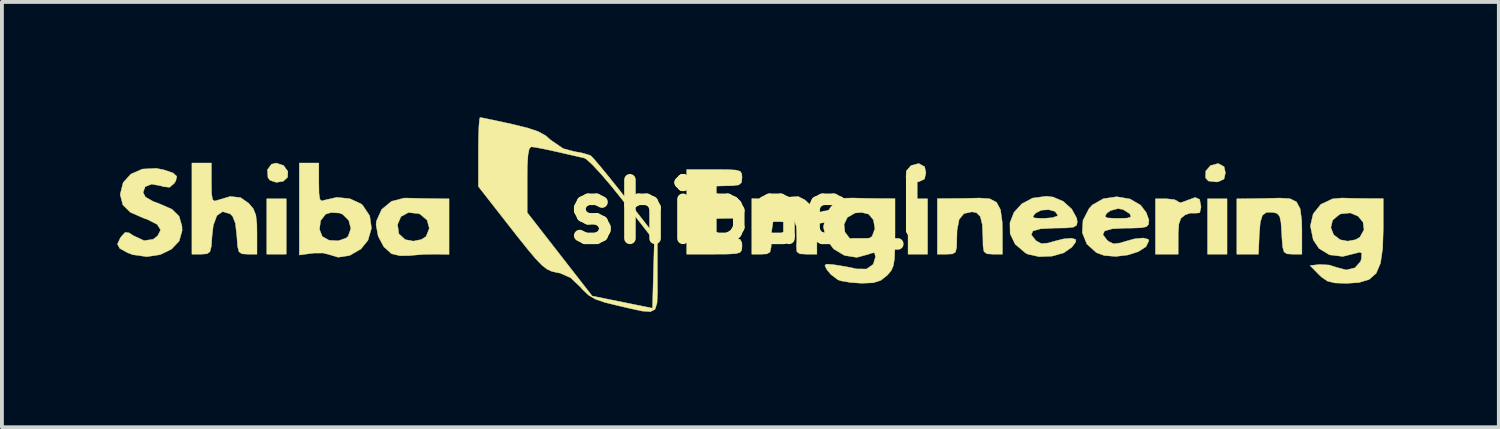
<source format=kicad_pcb>
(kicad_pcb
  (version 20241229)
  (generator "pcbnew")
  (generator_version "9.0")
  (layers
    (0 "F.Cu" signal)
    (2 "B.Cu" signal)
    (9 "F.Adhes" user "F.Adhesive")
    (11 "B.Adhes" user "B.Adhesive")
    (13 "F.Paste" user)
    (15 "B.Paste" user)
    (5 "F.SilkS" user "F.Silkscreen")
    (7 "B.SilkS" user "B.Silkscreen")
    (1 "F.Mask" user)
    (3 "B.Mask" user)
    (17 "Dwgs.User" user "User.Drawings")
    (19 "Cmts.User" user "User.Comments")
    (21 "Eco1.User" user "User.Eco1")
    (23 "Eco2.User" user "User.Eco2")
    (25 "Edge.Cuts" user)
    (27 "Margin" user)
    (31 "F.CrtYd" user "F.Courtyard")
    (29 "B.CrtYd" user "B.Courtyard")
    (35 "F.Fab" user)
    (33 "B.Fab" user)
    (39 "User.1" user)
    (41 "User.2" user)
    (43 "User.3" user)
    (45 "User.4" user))
  (footprint "shibae_l"
    (layer "F.Cu")
    (at 16.419 2.46)
    (property "Reference" "shibae_l" (at 0 0 0) (layer "F.SilkS") (effects (font (size 1.524 1.524) (thickness 0.3))))
    (attr through_hole)
    (fp_poly (pts (xy -12.023 1.101) (xy -12.531 1.101) (xy -12.531 -0.339) (xy -12.023 -0.339) (xy -12.023 1.101)) (stroke (width 0.01) (type solid)) (fill yes) (layer "F.SilkS"))
    (fp_poly (pts (xy 4.657 1.101) (xy 4.149 1.101) (xy 4.149 -0.339) (xy 4.657 -0.339) (xy 4.657 1.101)) (stroke (width 0.01) (type solid)) (fill yes) (layer "F.SilkS"))
    (fp_poly (pts (xy 12.446 1.101) (xy 11.938 1.101) (xy 11.938 -0.339) (xy 12.446 -0.339) (xy 12.446 1.101)) (stroke (width 0.01) (type solid)) (fill yes) (layer "F.SilkS"))
    (fp_poly (pts (xy -12.094 -1.207) (xy -11.983 -1.054) (xy -11.988 -0.9) (xy -12.103 -0.794) (xy -12.283 -0.767) (xy -12.446 -0.82) (xy -12.5 -0.889) (xy -12.514 -1.093) (xy -12.411 -1.237) (xy -12.29 -1.27) (xy -12.094 -1.207)) (stroke (width 0.01) (type solid)) (fill yes) (layer "F.SilkS"))
    (fp_poly (pts (xy 4.438 -1.253) (xy 4.58 -1.174) (xy 4.614 -1.016) (xy 4.577 -0.853) (xy 4.434 -0.785) (xy 4.381 -0.777) (xy 4.171 -0.802) (xy 4.096 -0.884) (xy 4.103 -1.063) (xy 4.227 -1.205) (xy 4.417 -1.255) (xy 4.438 -1.253)) (stroke (width 0.01) (type solid)) (fill yes) (layer "F.SilkS"))
    (fp_poly (pts (xy 12.227 -1.253) (xy 12.369 -1.174) (xy 12.404 -1.016) (xy 12.367 -0.853) (xy 12.223 -0.785) (xy 12.17 -0.777) (xy 11.96 -0.802) (xy 11.886 -0.884) (xy 11.893 -1.063) (xy 12.017 -1.205) (xy 12.207 -1.255) (xy 12.227 -1.253)) (stroke (width 0.01) (type solid)) (fill yes) (layer "F.SilkS"))
    (fp_poly (pts (xy 11.733 -0.324) (xy 11.769 -0.133) (xy 11.769 -0.125) (xy 11.736 0.024) (xy 11.648 0.033) (xy 11.483 0.034) (xy 11.352 0.081) (xy 11.246 0.168) (xy 11.193 0.316) (xy 11.176 0.574) (xy 11.176 0.638) (xy 11.176 1.101) (xy 10.583 1.101) (xy 10.583 -0.339) (xy 10.88 -0.339) (xy 11.076 -0.319) (xy 11.173 -0.269) (xy 11.176 -0.259) (xy 11.24 -0.237) (xy 11.393 -0.292) (xy 11.403 -0.297) (xy 11.618 -0.375) (xy 11.733 -0.324)) (stroke (width 0.01) (type solid)) (fill yes) (layer "F.SilkS"))
    (fp_poly (pts (xy 14.081 -0.344) (xy 14.252 -0.26) (xy 14.348 -0.08) (xy 14.388 0.223) (xy 14.393 0.476) (xy 14.393 1.101) (xy 14.143 1.101) (xy 14.007 1.093) (xy 13.93 1.045) (xy 13.892 0.917) (xy 13.873 0.67) (xy 13.868 0.572) (xy 13.849 0.28) (xy 13.814 0.117) (xy 13.747 0.041) (xy 13.643 0.014) (xy 13.471 0.013) (xy 13.366 0.089) (xy 13.31 0.273) (xy 13.284 0.594) (xy 13.283 0.614) (xy 13.264 1.101) (xy 12.7 1.101) (xy 12.7 -0.339) (xy 13.102 -0.344) (xy 13.426 -0.349) (xy 13.741 -0.357) (xy 13.816 -0.359) (xy 14.081 -0.344)) (stroke (width 0.01) (type solid)) (fill yes) (layer "F.SilkS"))
    (fp_poly (pts (xy 6.272 -0.341) (xy 6.451 -0.248) (xy 6.554 -0.054) (xy 6.598 0.266) (xy 6.604 0.524) (xy 6.604 1.101) (xy 6.35 1.101) (xy 6.199 1.091) (xy 6.124 1.033) (xy 6.099 0.883) (xy 6.096 0.684) (xy 6.081 0.333) (xy 6.028 0.121) (xy 5.926 0.02) (xy 5.808 0) (xy 5.601 0.046) (xy 5.478 0.198) (xy 5.424 0.48) (xy 5.419 0.652) (xy 5.414 0.912) (xy 5.384 1.045) (xy 5.304 1.094) (xy 5.165 1.101) (xy 4.911 1.101) (xy 4.911 -0.345) (xy 5.271 -0.347) (xy 5.605 -0.35) (xy 5.956 -0.358) (xy 6 -0.36) (xy 6.272 -0.341)) (stroke (width 0.01) (type solid)) (fill yes) (layer "F.SilkS"))
    (fp_poly (pts (xy 1.469 -0.309) (xy 1.561 -0.224) (xy 1.682 -0.081) (xy 1.748 0.081) (xy 1.774 0.316) (xy 1.778 0.546) (xy 1.778 1.101) (xy 1.502 1.101) (xy 1.332 1.092) (xy 1.257 1.036) (xy 1.245 0.887) (xy 1.256 0.729) (xy 1.245 0.383) (xy 1.158 0.133) (xy 1.008 0.009) (xy 0.945 0) (xy 0.754 0.055) (xy 0.641 0.23) (xy 0.595 0.544) (xy 0.593 0.652) (xy 0.588 0.912) (xy 0.558 1.045) (xy 0.478 1.094) (xy 0.339 1.101) (xy 0.085 1.101) (xy 0.085 -0.345) (xy 0.445 -0.337) (xy 0.748 -0.346) (xy 1.033 -0.377) (xy 1.074 -0.385) (xy 1.293 -0.399) (xy 1.469 -0.309)) (stroke (width 0.01) (type solid)) (fill yes) (layer "F.SilkS"))
    (fp_poly (pts (xy -13.97 -0.753) (xy -13.965 -0.47) (xy -13.942 -0.324) (xy -13.891 -0.281) (xy -13.822 -0.299) (xy -13.48 -0.401) (xy -13.211 -0.37) (xy -13.001 -0.224) (xy -12.881 -0.081) (xy -12.815 0.081) (xy -12.788 0.316) (xy -12.785 0.546) (xy -12.785 1.101) (xy -13.034 1.101) (xy -13.176 1.092) (xy -13.254 1.038) (xy -13.29 0.898) (xy -13.309 0.631) (xy -13.31 0.623) (xy -13.346 0.299) (xy -13.421 0.111) (xy -13.483 0.052) (xy -13.68 -0.005) (xy -13.827 0.096) (xy -13.921 0.349) (xy -13.953 0.623) (xy -13.972 0.893) (xy -14.008 1.036) (xy -14.084 1.091) (xy -14.224 1.101) (xy -14.228 1.101) (xy -14.478 1.101) (xy -14.478 -1.27) (xy -13.97 -1.27) (xy -13.97 -0.753)) (stroke (width 0.01) (type solid)) (fill yes) (layer "F.SilkS"))
    (fp_poly (pts (xy -8.619 -0.352) (xy -8.283 -0.345) (xy -8.191 -0.344) (xy -7.789 -0.339) (xy -7.789 1.107) (xy -8.149 1.101) (xy -8.463 1.107) (xy -8.765 1.132) (xy -8.805 1.138) (xy -9.063 1.142) (xy -9.28 1.091) (xy -9.288 1.088) (xy -9.488 0.907) (xy -9.633 0.633) (xy -9.688 0.339) (xy -9.687 0.331) (xy -9.129 0.331) (xy -9.095 0.57) (xy -8.929 0.722) (xy -8.721 0.762) (xy -8.511 0.72) (xy -8.386 0.64) (xy -8.303 0.428) (xy -8.36 0.216) (xy -8.54 0.062) (xy -8.577 0.047) (xy -8.846 0.017) (xy -9.041 0.124) (xy -9.129 0.331) (xy -9.687 0.331) (xy -9.679 0.24) (xy -9.541 -0.064) (xy -9.287 -0.274) (xy -8.958 -0.359) (xy -8.911 -0.359) (xy -8.619 -0.352)) (stroke (width 0.01) (type solid)) (fill yes) (layer "F.SilkS"))
    (fp_poly (pts (xy -11.176 -0.753) (xy -11.171 -0.471) (xy -11.149 -0.325) (xy -11.099 -0.283) (xy -11.028 -0.305) (xy -10.71 -0.377) (xy -10.369 -0.342) (xy -10.08 -0.209) (xy -10.036 -0.172) (xy -9.852 0.105) (xy -9.807 0.426) (xy -9.899 0.741) (xy -10.082 0.966) (xy -10.374 1.135) (xy -10.676 1.181) (xy -10.912 1.109) (xy -11.067 1.071) (xy -11.303 1.073) (xy -11.356 1.079) (xy -11.684 1.123) (xy -11.684 0.455) (xy -11.16 0.455) (xy -11.087 0.64) (xy -10.911 0.739) (xy -10.675 0.753) (xy -10.466 0.682) (xy -10.415 0.636) (xy -10.343 0.436) (xy -10.397 0.224) (xy -10.554 0.065) (xy -10.64 0.031) (xy -10.857 0.018) (xy -10.999 0.06) (xy -11.13 0.229) (xy -11.16 0.455) (xy -11.684 0.455) (xy -11.684 -1.27) (xy -11.176 -1.27) (xy -11.176 -0.753)) (stroke (width 0.01) (type solid)) (fill yes) (layer "F.SilkS"))
    (fp_poly (pts (xy -0.541 -1.099) (xy -0.328 -1.086) (xy -0.217 -1.054) (xy -0.176 -0.991) (xy -0.169 -0.889) (xy -0.183 -0.763) (xy -0.253 -0.701) (xy -0.423 -0.679) (xy -0.593 -0.677) (xy -0.844 -0.67) (xy -0.969 -0.635) (xy -1.012 -0.551) (xy -1.016 -0.47) (xy -0.998 -0.344) (xy -0.917 -0.277) (xy -0.726 -0.246) (xy -0.614 -0.237) (xy -0.364 -0.21) (xy -0.238 -0.153) (xy -0.188 -0.044) (xy -0.185 -0.021) (xy -0.183 0.091) (xy -0.247 0.148) (xy -0.417 0.167) (xy -0.587 0.169) (xy -0.84 0.175) (xy -0.966 0.208) (xy -1.011 0.294) (xy -1.016 0.423) (xy -1.007 0.574) (xy -0.95 0.649) (xy -0.802 0.674) (xy -0.593 0.677) (xy -0.341 0.684) (xy -0.216 0.719) (xy -0.173 0.804) (xy -0.169 0.889) (xy -0.176 0.991) (xy -0.218 1.054) (xy -0.329 1.087) (xy -0.543 1.099) (xy -0.889 1.101) (xy -1.609 1.101) (xy -1.609 -1.101) (xy -0.889 -1.101) (xy -0.541 -1.099)) (stroke (width 0.01) (type solid)) (fill yes) (layer "F.SilkS"))
    (fp_poly (pts (xy -15.217 -1.095) (xy -14.97 -1.012) (xy -14.87 -0.923) (xy -14.897 -0.804) (xy -14.941 -0.738) (xy -15.058 -0.639) (xy -15.221 -0.655) (xy -15.271 -0.673) (xy -15.523 -0.721) (xy -15.692 -0.656) (xy -15.748 -0.506) (xy -15.686 -0.385) (xy -15.488 -0.272) (xy -15.324 -0.211) (xy -14.997 -0.068) (xy -14.811 0.114) (xy -14.737 0.37) (xy -14.732 0.488) (xy -14.808 0.759) (xy -15.01 0.972) (xy -15.303 1.113) (xy -15.647 1.166) (xy -16.008 1.117) (xy -16.15 1.064) (xy -16.355 0.951) (xy -16.414 0.839) (xy -16.343 0.684) (xy -16.311 0.638) (xy -16.216 0.535) (xy -16.118 0.543) (xy -15.996 0.621) (xy -15.721 0.749) (xy -15.487 0.714) (xy -15.37 0.626) (xy -15.291 0.471) (xy -15.379 0.328) (xy -15.635 0.197) (xy -15.734 0.163) (xy -16.077 0.013) (xy -16.273 -0.18) (xy -16.34 -0.436) (xy -16.341 -0.464) (xy -16.266 -0.761) (xy -16.064 -0.983) (xy -15.767 -1.113) (xy -15.408 -1.132) (xy -15.217 -1.095)) (stroke (width 0.01) (type solid)) (fill yes) (layer "F.SilkS"))
    (fp_poly (pts (xy 7.918 -0.386) (xy 8.183 -0.274) (xy 8.406 -0.073) (xy 8.536 0.164) (xy 8.551 0.265) (xy 8.532 0.349) (xy 8.451 0.397) (xy 8.272 0.418) (xy 7.959 0.423) (xy 7.959 0.423) (xy 7.597 0.441) (xy 7.397 0.497) (xy 7.354 0.595) (xy 7.464 0.737) (xy 7.496 0.764) (xy 7.619 0.826) (xy 7.792 0.811) (xy 7.947 0.766) (xy 8.193 0.704) (xy 8.392 0.686) (xy 8.42 0.69) (xy 8.516 0.722) (xy 8.506 0.791) (xy 8.408 0.921) (xy 8.196 1.068) (xy 7.891 1.153) (xy 7.558 1.166) (xy 7.265 1.101) (xy 7.206 1.072) (xy 6.935 0.842) (xy 6.804 0.569) (xy 6.799 0.284) (xy 6.864 0.117) (xy 7.396 0.117) (xy 7.43 0.158) (xy 7.597 0.169) (xy 7.687 0.169) (xy 7.905 0.152) (xy 8.031 0.108) (xy 8.043 0.086) (xy 7.973 -0.011) (xy 7.808 -0.056) (xy 7.616 -0.043) (xy 7.468 0.031) (xy 7.396 0.117) (xy 6.864 0.117) (xy 6.904 0.015) (xy 7.106 -0.209) (xy 7.391 -0.359) (xy 7.744 -0.406) (xy 7.918 -0.386)) (stroke (width 0.01) (type solid)) (fill yes) (layer "F.SilkS"))
    (fp_poly (pts (xy 9.921 -0.335) (xy 10.196 -0.176) (xy 10.345 0.019) (xy 10.414 0.213) (xy 10.414 0.226) (xy 10.403 0.329) (xy 10.347 0.388) (xy 10.207 0.415) (xy 9.949 0.423) (xy 9.821 0.423) (xy 9.46 0.441) (xy 9.26 0.497) (xy 9.217 0.594) (xy 9.326 0.736) (xy 9.361 0.767) (xy 9.497 0.832) (xy 9.681 0.807) (xy 9.769 0.777) (xy 10.039 0.702) (xy 10.263 0.68) (xy 10.396 0.713) (xy 10.414 0.749) (xy 10.337 0.907) (xy 10.138 1.035) (xy 9.861 1.123) (xy 9.551 1.16) (xy 9.253 1.136) (xy 9.05 1.063) (xy 8.799 0.837) (xy 8.681 0.542) (xy 8.699 0.221) (xy 8.752 0.119) (xy 9.271 0.119) (xy 9.331 0.157) (xy 9.522 0.169) (xy 9.61 0.169) (xy 9.846 0.163) (xy 9.942 0.134) (xy 9.928 0.07) (xy 9.906 0.042) (xy 9.74 -0.061) (xy 9.61 -0.085) (xy 9.41 -0.031) (xy 9.313 0.042) (xy 9.271 0.119) (xy 8.752 0.119) (xy 8.856 -0.085) (xy 8.946 -0.182) (xy 9.228 -0.342) (xy 9.575 -0.393) (xy 9.921 -0.335)) (stroke (width 0.01) (type solid)) (fill yes) (layer "F.SilkS"))
    (fp_poly (pts (xy 15.77 -0.351) (xy 16.117 -0.347) (xy 16.15 -0.347) (xy 16.51 -0.345) (xy 16.51 0.414) (xy 16.494 0.947) (xy 16.437 1.335) (xy 16.325 1.598) (xy 16.142 1.759) (xy 15.876 1.839) (xy 15.554 1.86) (xy 15.255 1.85) (xy 15.059 1.803) (xy 14.904 1.697) (xy 14.834 1.63) (xy 14.605 1.397) (xy 14.852 1.369) (xy 15.104 1.383) (xy 15.29 1.443) (xy 15.545 1.511) (xy 15.772 1.456) (xy 15.918 1.294) (xy 15.939 1.224) (xy 15.95 1.072) (xy 15.886 1.049) (xy 15.843 1.064) (xy 15.458 1.16) (xy 15.113 1.119) (xy 14.837 0.952) (xy 14.687 0.726) (xy 14.622 0.408) (xy 15.146 0.408) (xy 15.216 0.592) (xy 15.387 0.725) (xy 15.579 0.762) (xy 15.785 0.725) (xy 15.9 0.66) (xy 16.009 0.464) (xy 15.983 0.269) (xy 15.854 0.113) (xy 15.653 0.028) (xy 15.412 0.051) (xy 15.367 0.069) (xy 15.192 0.217) (xy 15.146 0.408) (xy 14.622 0.408) (xy 14.613 0.367) (xy 14.687 0.05) (xy 14.886 -0.196) (xy 15.189 -0.338) (xy 15.433 -0.36) (xy 15.77 -0.351)) (stroke (width 0.01) (type solid)) (fill yes) (layer "F.SilkS"))
    (fp_poly (pts (xy 3.058 -0.351) (xy 3.405 -0.347) (xy 3.45 -0.347) (xy 3.81 -0.345) (xy 3.81 0.551) (xy 3.807 0.955) (xy 3.795 1.227) (xy 3.765 1.406) (xy 3.711 1.528) (xy 3.625 1.631) (xy 3.602 1.655) (xy 3.438 1.784) (xy 3.241 1.845) (xy 2.946 1.857) (xy 2.654 1.838) (xy 2.411 1.796) (xy 2.324 1.767) (xy 2.138 1.625) (xy 2.042 1.509) (xy 1.985 1.399) (xy 2.022 1.359) (xy 2.185 1.371) (xy 2.258 1.381) (xy 2.542 1.427) (xy 2.798 1.48) (xy 2.816 1.485) (xy 3.069 1.486) (xy 3.243 1.366) (xy 3.302 1.172) (xy 3.277 1.061) (xy 3.173 1.08) (xy 3.138 1.098) (xy 2.816 1.185) (xy 2.496 1.134) (xy 2.216 0.967) (xy 2.02 0.71) (xy 1.947 0.392) (xy 1.962 0.328) (xy 2.484 0.328) (xy 2.506 0.525) (xy 2.628 0.687) (xy 2.845 0.761) (xy 2.871 0.762) (xy 3.084 0.721) (xy 3.213 0.64) (xy 3.288 0.437) (xy 3.249 0.211) (xy 3.125 0.06) (xy 2.943 0.015) (xy 2.77 0.03) (xy 2.57 0.146) (xy 2.484 0.328) (xy 1.962 0.328) (xy 2.028 0.043) (xy 2.148 -0.139) (xy 2.314 -0.293) (xy 2.505 -0.355) (xy 2.719 -0.36) (xy 3.058 -0.351)) (stroke (width 0.01) (type solid)) (fill yes) (layer "F.SilkS"))
    (fp_poly (pts (xy -6.888 -2.438) (xy -6.665 -2.392) (xy -6.354 -2.325) (xy -6.159 -2.283) (xy -5.75 -2.183) (xy -5.469 -2.088) (xy -5.274 -1.981) (xy -5.149 -1.87) (xy -4.823 -1.647) (xy -4.556 -1.574) (xy -4.31 -1.527) (xy -4.133 -1.474) (xy -4.1 -1.458) (xy -4.019 -1.373) (xy -3.854 -1.179) (xy -3.625 -0.9) (xy -3.353 -0.56) (xy -3.19 -0.353) (xy -2.371 0.692) (xy -2.371 1.658) (xy -2.368 2.087) (xy -2.38 2.372) (xy -2.432 2.535) (xy -2.554 2.597) (xy -2.772 2.58) (xy -3.114 2.505) (xy -3.381 2.443) (xy -3.744 2.354) (xy -3.989 2.269) (xy -4.164 2.165) (xy -4.318 2.018) (xy -4.372 1.956) (xy -4.627 1.715) (xy -4.897 1.595) (xy -4.985 1.578) (xy -5.118 1.548) (xy -5.24 1.492) (xy -5.372 1.39) (xy -5.536 1.221) (xy -5.751 0.965) (xy -6.041 0.602) (xy -6.174 0.432) (xy -7.027 -0.659) (xy -7.027 -0.838) (xy -5.757 -0.838) (xy -5.757 0.018) (xy -4.912 1.103) (xy -4.066 2.189) (xy -3.578 2.288) (xy -3.249 2.354) (xy -2.938 2.417) (xy -2.794 2.446) (xy -2.498 2.506) (xy -2.45 0.754) (xy -3.273 -0.303) (xy -3.567 -0.669) (xy -3.837 -0.985) (xy -4.062 -1.227) (xy -4.22 -1.371) (xy -4.271 -1.399) (xy -4.442 -1.439) (xy -4.716 -1.501) (xy -4.995 -1.565) (xy -5.293 -1.63) (xy -5.531 -1.676) (xy -5.652 -1.692) (xy -5.703 -1.642) (xy -5.736 -1.477) (xy -5.754 -1.177) (xy -5.757 -0.838) (xy -7.027 -0.838) (xy -7.027 -1.557) (xy -7.024 -1.924) (xy -7.013 -2.219) (xy -6.998 -2.406) (xy -6.984 -2.455) (xy -6.888 -2.438)) (stroke (width 0.01) (type solid)) (fill yes) (layer "F.SilkS")))
  (gr_rect
    (start -3 -3)
    (end 35.934 8.062)
    (stroke (width 0.1) (type default))
    (fill no)
    (layer "Edge.Cuts")))
</source>
